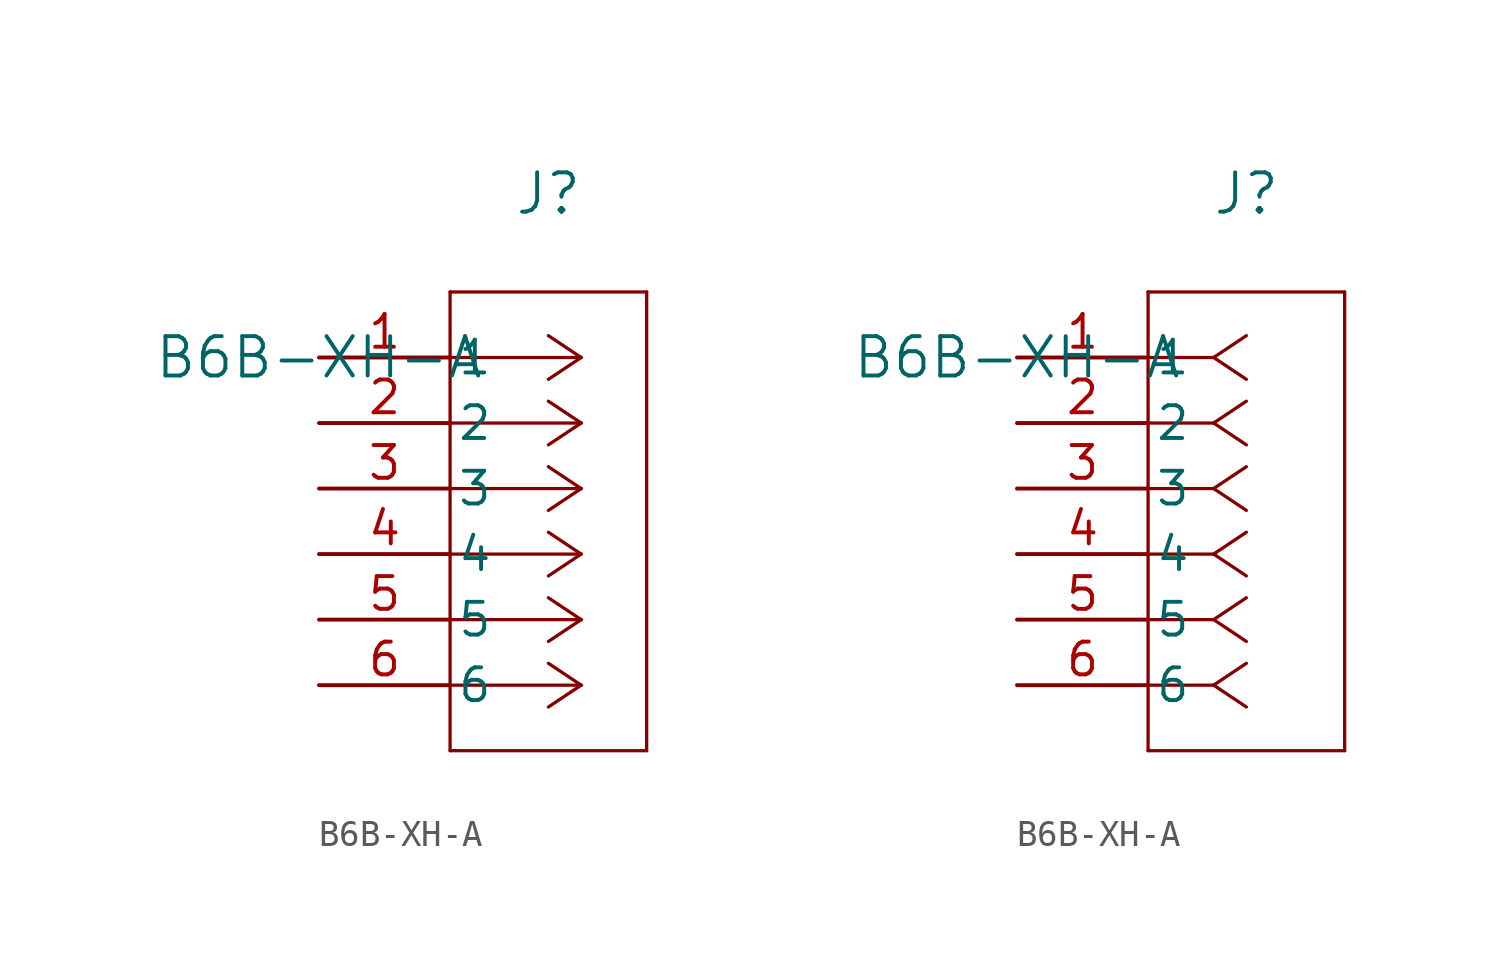
<source format=kicad_sym>
(kicad_symbol_lib
  (version 20211014)
  (generator kicad_symbol_editor)
  (symbol "B6B-XH-A"
    (pin_names
      (offset 0.254))
    (property "Reference" "J"
      (at 8.89 6.35 0)
      (effects (font (size 1.524 1.524))))
    (property "Value" "B6B-XH-A"
      (at 0 0 0)
      (effects (font (size 1.524 1.524))))
    (symbol "B6B-XH-A_1_1"
      (polyline (pts (xy 10.16 0) (xy 5.08 0)) (stroke (width 0.127) (type default) (color 0 0 0 0)) (fill (type none)))
      (polyline (pts (xy 10.16 -2.54) (xy 5.08 -2.54)) (stroke (width 0.127) (type default) (color 0 0 0 0)) (fill (type none)))
      (polyline (pts (xy 10.16 -5.08) (xy 5.08 -5.08)) (stroke (width 0.127) (type default) (color 0 0 0 0)) (fill (type none)))
      (polyline (pts (xy 10.16 -7.62) (xy 5.08 -7.62)) (stroke (width 0.127) (type default) (color 0 0 0 0)) (fill (type none)))
      (polyline (pts (xy 10.16 -10.16) (xy 5.08 -10.16)) (stroke (width 0.127) (type default) (color 0 0 0 0)) (fill (type none)))
      (polyline (pts (xy 10.16 -12.7) (xy 5.08 -12.7)) (stroke (width 0.127) (type default) (color 0 0 0 0)) (fill (type none)))
      (polyline (pts (xy 10.16 0) (xy 8.89 0.847)) (stroke (width 0.127) (type default) (color 0 0 0 0)) (fill (type none)))
      (polyline (pts (xy 10.16 -2.54) (xy 8.89 -1.693)) (stroke (width 0.127) (type default) (color 0 0 0 0)) (fill (type none)))
      (polyline (pts (xy 10.16 -5.08) (xy 8.89 -4.233)) (stroke (width 0.127) (type default) (color 0 0 0 0)) (fill (type none)))
      (polyline (pts (xy 10.16 -7.62) (xy 8.89 -6.773)) (stroke (width 0.127) (type default) (color 0 0 0 0)) (fill (type none)))
      (polyline (pts (xy 10.16 -10.16) (xy 8.89 -9.313)) (stroke (width 0.127) (type default) (color 0 0 0 0)) (fill (type none)))
      (polyline (pts (xy 10.16 -12.7) (xy 8.89 -11.853)) (stroke (width 0.127) (type default) (color 0 0 0 0)) (fill (type none)))
      (polyline (pts (xy 10.16 0) (xy 8.89 -0.847)) (stroke (width 0.127) (type default) (color 0 0 0 0)) (fill (type none)))
      (polyline (pts (xy 10.16 -2.54) (xy 8.89 -3.387)) (stroke (width 0.127) (type default) (color 0 0 0 0)) (fill (type none)))
      (polyline (pts (xy 10.16 -5.08) (xy 8.89 -5.927)) (stroke (width 0.127) (type default) (color 0 0 0 0)) (fill (type none)))
      (polyline (pts (xy 10.16 -7.62) (xy 8.89 -8.467)) (stroke (width 0.127) (type default) (color 0 0 0 0)) (fill (type none)))
      (polyline (pts (xy 10.16 -10.16) (xy 8.89 -11.007)) (stroke (width 0.127) (type default) (color 0 0 0 0)) (fill (type none)))
      (polyline (pts (xy 10.16 -12.7) (xy 8.89 -13.547)) (stroke (width 0.127) (type default) (color 0 0 0 0)) (fill (type none)))
      (polyline (pts (xy 5.08 2.54) (xy 5.08 -15.24)) (stroke (width 0.127) (type default) (color 0 0 0 0)) (fill (type none)))
      (polyline (pts (xy 5.08 -15.24) (xy 12.7 -15.24)) (stroke (width 0.127) (type default) (color 0 0 0 0)) (fill (type none)))
      (polyline (pts (xy 12.7 -15.24) (xy 12.7 2.54)) (stroke (width 0.127) (type default) (color 0 0 0 0)) (fill (type none)))
      (polyline (pts (xy 12.7 2.54) (xy 5.08 2.54)) (stroke (width 0.127) (type default) (color 0 0 0 0)) (fill (type none)))
      (pin unspecified line (at 0 0 0) (length 5.08) (name "1" (effects (font (size 1.27 1.27)))) (number "1" (effects (font (size 1.27 1.27)))))
      (pin unspecified line (at 0 -2.54 0) (length 5.08) (name "2" (effects (font (size 1.27 1.27)))) (number "2" (effects (font (size 1.27 1.27)))))
      (pin unspecified line (at 0 -5.08 0) (length 5.08) (name "3" (effects (font (size 1.27 1.27)))) (number "3" (effects (font (size 1.27 1.27)))))
      (pin unspecified line (at 0 -7.62 0) (length 5.08) (name "4" (effects (font (size 1.27 1.27)))) (number "4" (effects (font (size 1.27 1.27)))))
      (pin unspecified line (at 0 -10.16 0) (length 5.08) (name "5" (effects (font (size 1.27 1.27)))) (number "5" (effects (font (size 1.27 1.27)))))
      (pin unspecified line (at 0 -12.7 0) (length 5.08) (name "6" (effects (font (size 1.27 1.27)))) (number "6" (effects (font (size 1.27 1.27))))))
    (symbol "B6B-XH-A_1_2"
      (polyline (pts (xy 7.62 0) (xy 5.08 0)) (stroke (width 0.127) (type default) (color 0 0 0 0)) (fill (type none)))
      (polyline (pts (xy 7.62 -2.54) (xy 5.08 -2.54)) (stroke (width 0.127) (type default) (color 0 0 0 0)) (fill (type none)))
      (polyline (pts (xy 7.62 -5.08) (xy 5.08 -5.08)) (stroke (width 0.127) (type default) (color 0 0 0 0)) (fill (type none)))
      (polyline (pts (xy 7.62 -7.62) (xy 5.08 -7.62)) (stroke (width 0.127) (type default) (color 0 0 0 0)) (fill (type none)))
      (polyline (pts (xy 7.62 -10.16) (xy 5.08 -10.16)) (stroke (width 0.127) (type default) (color 0 0 0 0)) (fill (type none)))
      (polyline (pts (xy 7.62 -12.7) (xy 5.08 -12.7)) (stroke (width 0.127) (type default) (color 0 0 0 0)) (fill (type none)))
      (polyline (pts (xy 7.62 0) (xy 8.89 0.847)) (stroke (width 0.127) (type default) (color 0 0 0 0)) (fill (type none)))
      (polyline (pts (xy 7.62 -2.54) (xy 8.89 -1.693)) (stroke (width 0.127) (type default) (color 0 0 0 0)) (fill (type none)))
      (polyline (pts (xy 7.62 -5.08) (xy 8.89 -4.233)) (stroke (width 0.127) (type default) (color 0 0 0 0)) (fill (type none)))
      (polyline (pts (xy 7.62 -7.62) (xy 8.89 -6.773)) (stroke (width 0.127) (type default) (color 0 0 0 0)) (fill (type none)))
      (polyline (pts (xy 7.62 -10.16) (xy 8.89 -9.313)) (stroke (width 0.127) (type default) (color 0 0 0 0)) (fill (type none)))
      (polyline (pts (xy 7.62 -12.7) (xy 8.89 -11.853)) (stroke (width 0.127) (type default) (color 0 0 0 0)) (fill (type none)))
      (polyline (pts (xy 7.62 0) (xy 8.89 -0.847)) (stroke (width 0.127) (type default) (color 0 0 0 0)) (fill (type none)))
      (polyline (pts (xy 7.62 -2.54) (xy 8.89 -3.387)) (stroke (width 0.127) (type default) (color 0 0 0 0)) (fill (type none)))
      (polyline (pts (xy 7.62 -5.08) (xy 8.89 -5.927)) (stroke (width 0.127) (type default) (color 0 0 0 0)) (fill (type none)))
      (polyline (pts (xy 7.62 -7.62) (xy 8.89 -8.467)) (stroke (width 0.127) (type default) (color 0 0 0 0)) (fill (type none)))
      (polyline (pts (xy 7.62 -10.16) (xy 8.89 -11.007)) (stroke (width 0.127) (type default) (color 0 0 0 0)) (fill (type none)))
      (polyline (pts (xy 7.62 -12.7) (xy 8.89 -13.547)) (stroke (width 0.127) (type default) (color 0 0 0 0)) (fill (type none)))
      (polyline (pts (xy 5.08 2.54) (xy 5.08 -15.24)) (stroke (width 0.127) (type default) (color 0 0 0 0)) (fill (type none)))
      (polyline (pts (xy 5.08 -15.24) (xy 12.7 -15.24)) (stroke (width 0.127) (type default) (color 0 0 0 0)) (fill (type none)))
      (polyline (pts (xy 12.7 -15.24) (xy 12.7 2.54)) (stroke (width 0.127) (type default) (color 0 0 0 0)) (fill (type none)))
      (polyline (pts (xy 12.7 2.54) (xy 5.08 2.54)) (stroke (width 0.127) (type default) (color 0 0 0 0)) (fill (type none)))
      (pin unspecified line (at 0 0 0) (length 5.08) (name "1" (effects (font (size 1.27 1.27)))) (number "1" (effects (font (size 1.27 1.27)))))
      (pin unspecified line (at 0 -2.54 0) (length 5.08) (name "2" (effects (font (size 1.27 1.27)))) (number "2" (effects (font (size 1.27 1.27)))))
      (pin unspecified line (at 0 -5.08 0) (length 5.08) (name "3" (effects (font (size 1.27 1.27)))) (number "3" (effects (font (size 1.27 1.27)))))
      (pin unspecified line (at 0 -7.62 0) (length 5.08) (name "4" (effects (font (size 1.27 1.27)))) (number "4" (effects (font (size 1.27 1.27)))))
      (pin unspecified line (at 0 -10.16 0) (length 5.08) (name "5" (effects (font (size 1.27 1.27)))) (number "5" (effects (font (size 1.27 1.27)))))
      (pin unspecified line (at 0 -12.7 0) (length 5.08) (name "6" (effects (font (size 1.27 1.27)))) (number "6" (effects (font (size 1.27 1.27))))))))
</source>
